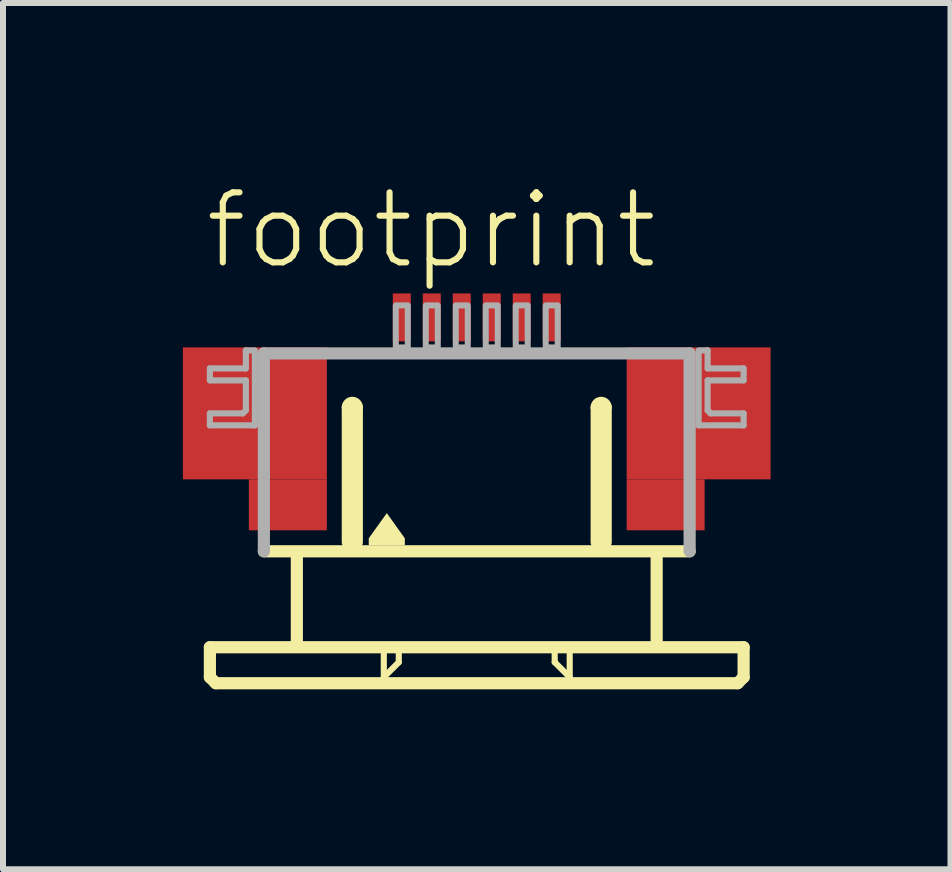
<source format=kicad_pcb>
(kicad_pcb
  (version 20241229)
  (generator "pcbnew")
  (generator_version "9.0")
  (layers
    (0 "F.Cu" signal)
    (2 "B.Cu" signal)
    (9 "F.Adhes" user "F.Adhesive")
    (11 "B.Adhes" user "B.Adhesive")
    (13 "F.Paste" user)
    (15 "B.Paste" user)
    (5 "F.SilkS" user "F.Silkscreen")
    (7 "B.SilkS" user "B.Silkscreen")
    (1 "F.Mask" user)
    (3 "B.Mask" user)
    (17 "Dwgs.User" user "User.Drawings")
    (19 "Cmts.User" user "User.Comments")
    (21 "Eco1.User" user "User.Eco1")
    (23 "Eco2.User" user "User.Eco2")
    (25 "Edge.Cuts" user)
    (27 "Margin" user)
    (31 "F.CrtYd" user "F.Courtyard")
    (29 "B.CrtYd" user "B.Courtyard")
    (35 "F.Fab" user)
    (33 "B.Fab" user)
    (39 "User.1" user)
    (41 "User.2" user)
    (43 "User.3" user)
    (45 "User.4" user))
  (footprint "footprint"
    (layer "F.Cu")
    (at 4.9 4.743)
    (property "Reference" "footprint" (at -4.58 -3.27 0) (layer "F.SilkS") (effects (font (size 1.168 1.168) (thickness 0.102)) (justify left bottom)))
    (fp_poly (pts (xy -4.9 0.2) (xy -2.5 0.2) (xy -2.5 -2) (xy -4.9 -2)) (stroke (width 0) (type solid)) (fill yes) (layer "F.Cu"))
    (fp_poly (pts (xy -3.8 1.05) (xy -2.5 1.05) (xy -2.5 0.2) (xy -3.8 0.2)) (stroke (width 0) (type solid)) (fill yes) (layer "F.Cu"))
    (fp_poly (pts (xy 2.5 0.2) (xy 4.9 0.2) (xy 4.9 -2) (xy 2.5 -2)) (stroke (width 0) (type solid)) (fill yes) (layer "F.Cu"))
    (fp_poly (pts (xy 2.5 1.05) (xy 3.8 1.05) (xy 3.8 0.2) (xy 2.5 0.2)) (stroke (width 0) (type solid)) (fill yes) (layer "F.Cu"))
    (fp_poly (pts (xy -4.9 0.2) (xy -3.75 0.2) (xy -3.75 -2) (xy -4.9 -2)) (stroke (width 0) (type solid)) (fill yes) (layer "F.Mask"))
    (fp_poly (pts (xy -3.8 1.05) (xy -2.5 1.05) (xy -2.5 -2) (xy -3.8 -2)) (stroke (width 0) (type solid)) (fill yes) (layer "F.Mask"))
    (fp_poly (pts (xy 3.8 -2) (xy 2.5 -2) (xy 2.5 1.05) (xy 3.8 1.05)) (stroke (width 0) (type solid)) (fill yes) (layer "F.Mask"))
    (fp_poly (pts (xy 4.9 -2) (xy 3.75 -2) (xy 3.75 0.2) (xy 4.9 0.2)) (stroke (width 0) (type solid)) (fill yes) (layer "F.Mask"))
    (fp_line (start -4.45 3) (end -4.45 3.5) (stroke (width 0.203) (type solid)) (layer "F.SilkS"))
    (fp_line (start -4.45 3.5) (end -4.35 3.6) (stroke (width 0.203) (type solid)) (layer "F.SilkS"))
    (fp_line (start -4.35 3.6) (end 4.35 3.6) (stroke (width 0.203) (type solid)) (layer "F.SilkS"))
    (fp_line (start -3 1.5) (end -3 2.9) (stroke (width 0.203) (type solid)) (layer "F.SilkS"))
    (fp_line (start -2.15 1.25) (end -2.15 -1) (stroke (width 0.203) (type solid)) (layer "F.SilkS"))
    (fp_line (start -2 -1) (end -2 1.25) (stroke (width 0.203) (type solid)) (layer "F.SilkS"))
    (fp_line (start -1.55 3.1) (end -1.55 3.5) (stroke (width 0.102) (type solid)) (layer "F.SilkS"))
    (fp_line (start -1.55 3.5) (end -1.3 3.25) (stroke (width 0.102) (type solid)) (layer "F.SilkS"))
    (fp_line (start -1.3 3.25) (end -1.3 3.1) (stroke (width 0.102) (type solid)) (layer "F.SilkS"))
    (fp_line (start 1.3 3.1) (end 1.3 3.25) (stroke (width 0.102) (type solid)) (layer "F.SilkS"))
    (fp_line (start 1.3 3.25) (end 1.55 3.5) (stroke (width 0.102) (type solid)) (layer "F.SilkS"))
    (fp_line (start 1.55 3.5) (end 1.55 3.1) (stroke (width 0.102) (type solid)) (layer "F.SilkS"))
    (fp_line (start 2 1.25) (end 2 -1) (stroke (width 0.203) (type solid)) (layer "F.SilkS"))
    (fp_line (start 2.15 -1) (end 2.15 1.25) (stroke (width 0.203) (type solid)) (layer "F.SilkS"))
    (fp_line (start 3 1.5) (end 3 2.9) (stroke (width 0.203) (type solid)) (layer "F.SilkS"))
    (fp_line (start 3.55 1.4) (end -3.55 1.4) (stroke (width 0.203) (type solid)) (layer "F.SilkS"))
    (fp_line (start 4.35 3.6) (end 4.45 3.5) (stroke (width 0.203) (type solid)) (layer "F.SilkS"))
    (fp_line (start 4.45 3) (end -4.45 3) (stroke (width 0.203) (type solid)) (layer "F.SilkS"))
    (fp_line (start 4.45 3.5) (end 4.45 3) (stroke (width 0.203) (type solid)) (layer "F.SilkS"))
    (fp_arc (start -2.15 -1) (mid -2.075 -1.075) (end -2 -1) (stroke (width 0.2032) (type solid)) (layer "F.SilkS"))
    (fp_arc (start 2 -1) (mid 2.075 -1.075) (end 2.15 -1) (stroke (width 0.2032) (type solid)) (layer "F.SilkS"))
    (fp_poly (pts (xy -1.199 1.184) (xy -1.199 1.301) (xy -1.801 1.301) (xy -1.801 1.184) (xy -1.5 0.763)) (stroke (width 0) (type solid)) (fill yes) (layer "F.SilkS"))
    (fp_poly (pts (xy -4.7 0.05) (xy -2.7 0.05) (xy -2.7 -1.85) (xy -4.7 -1.85)) (stroke (width 0) (type solid)) (fill yes) (layer "F.Paste"))
    (fp_poly (pts (xy 4.7 -1.85) (xy 2.7 -1.85) (xy 2.7 0.05) (xy 4.7 0.05)) (stroke (width 0) (type solid)) (fill yes) (layer "F.Paste"))
    (fp_line (start -4.45 -1.65) (end -4.45 -1.45) (stroke (width 0.102) (type solid)) (layer "F.Fab"))
    (fp_line (start -4.45 -1.45) (end -3.85 -1.45) (stroke (width 0.102) (type solid)) (layer "F.Fab"))
    (fp_line (start -4.45 -0.9) (end -4.45 -0.7) (stroke (width 0.102) (type solid)) (layer "F.Fab"))
    (fp_line (start -4.45 -0.7) (end -3.7 -0.7) (stroke (width 0.102) (type solid)) (layer "F.Fab"))
    (fp_line (start -3.9 -0.9) (end -4.45 -0.9) (stroke (width 0.102) (type solid)) (layer "F.Fab"))
    (fp_line (start -3.85 -1.95) (end -3.85 -1.65) (stroke (width 0.102) (type solid)) (layer "F.Fab"))
    (fp_line (start -3.85 -1.65) (end -4.45 -1.65) (stroke (width 0.102) (type solid)) (layer "F.Fab"))
    (fp_line (start -3.85 -1.45) (end -3.85 -0.95) (stroke (width 0.102) (type solid)) (layer "F.Fab"))
    (fp_line (start -3.85 -0.95) (end -3.9 -0.9) (stroke (width 0.102) (type solid)) (layer "F.Fab"))
    (fp_line (start -3.7 -1.95) (end -3.85 -1.95) (stroke (width 0.102) (type solid)) (layer "F.Fab"))
    (fp_line (start -3.7 -0.7) (end -3.7 -1.9) (stroke (width 0.102) (type solid)) (layer "F.Fab"))
    (fp_line (start -3.55 -1.9) (end 3.55 -1.9) (stroke (width 0.203) (type solid)) (layer "F.Fab"))
    (fp_line (start -3.55 1.4) (end -3.55 -1.9) (stroke (width 0.203) (type solid)) (layer "F.Fab"))
    (fp_line (start 3.55 -1.9) (end 3.55 1.4) (stroke (width 0.203) (type solid)) (layer "F.Fab"))
    (fp_line (start 3.7 -1.95) (end 3.85 -1.95) (stroke (width 0.102) (type solid)) (layer "F.Fab"))
    (fp_line (start 3.7 -0.7) (end 3.7 -1.9) (stroke (width 0.102) (type solid)) (layer "F.Fab"))
    (fp_line (start 3.85 -1.95) (end 3.85 -1.65) (stroke (width 0.102) (type solid)) (layer "F.Fab"))
    (fp_line (start 3.85 -1.65) (end 4.45 -1.65) (stroke (width 0.102) (type solid)) (layer "F.Fab"))
    (fp_line (start 3.85 -1.45) (end 3.85 -0.95) (stroke (width 0.102) (type solid)) (layer "F.Fab"))
    (fp_line (start 3.85 -0.95) (end 3.9 -0.9) (stroke (width 0.102) (type solid)) (layer "F.Fab"))
    (fp_line (start 3.9 -0.9) (end 4.45 -0.9) (stroke (width 0.102) (type solid)) (layer "F.Fab"))
    (fp_line (start 4.45 -1.65) (end 4.45 -1.45) (stroke (width 0.102) (type solid)) (layer "F.Fab"))
    (fp_line (start 4.45 -1.45) (end 3.85 -1.45) (stroke (width 0.102) (type solid)) (layer "F.Fab"))
    (fp_line (start 4.45 -0.9) (end 4.45 -0.7) (stroke (width 0.102) (type solid)) (layer "F.Fab"))
    (fp_line (start 4.45 -0.7) (end 3.7 -0.7) (stroke (width 0.102) (type solid)) (layer "F.Fab"))
    (fp_poly (pts (xy -1.35 -2) (xy -1.15 -2) (xy -1.15 -2.7) (xy -1.35 -2.7)) (stroke (width 0.1) (type solid)) (fill no) (layer "F.Fab"))
    (fp_poly (pts (xy -0.85 -2) (xy -0.65 -2) (xy -0.65 -2.7) (xy -0.85 -2.7)) (stroke (width 0.1) (type solid)) (fill no) (layer "F.Fab"))
    (fp_poly (pts (xy -0.35 -2) (xy -0.15 -2) (xy -0.15 -2.7) (xy -0.35 -2.7)) (stroke (width 0.1) (type solid)) (fill no) (layer "F.Fab"))
    (fp_poly (pts (xy 0.15 -2) (xy 0.35 -2) (xy 0.35 -2.7) (xy 0.15 -2.7)) (stroke (width 0.1) (type solid)) (fill no) (layer "F.Fab"))
    (fp_poly (pts (xy 0.65 -2) (xy 0.85 -2) (xy 0.85 -2.7) (xy 0.65 -2.7)) (stroke (width 0.1) (type solid)) (fill no) (layer "F.Fab"))
    (fp_poly (pts (xy 1.15 -2) (xy 1.35 -2) (xy 1.35 -2.7) (xy 1.15 -2.7)) (stroke (width 0.1) (type solid)) (fill no) (layer "F.Fab"))
    (pad "1" smd rect (at -1.25 -2.5) (size 0.3 0.8) (layers "F.Cu" "F.Mask" "F.Paste"))
    (pad "2" smd rect (at -0.75 -2.5) (size 0.3 0.8) (layers "F.Cu" "F.Mask" "F.Paste"))
    (pad "3" smd rect (at -0.25 -2.5) (size 0.3 0.8) (layers "F.Cu" "F.Mask" "F.Paste"))
    (pad "4" smd rect (at 0.25 -2.5) (size 0.3 0.8) (layers "F.Cu" "F.Mask" "F.Paste"))
    (pad "5" smd rect (at 0.75 -2.5) (size 0.3 0.8) (layers "F.Cu" "F.Mask" "F.Paste"))
    (pad "6" smd rect (at 1.25 -2.5) (size 0.3 0.8) (layers "F.Cu" "F.Mask" "F.Paste")))
  (gr_rect
    (start -3 -3)
    (end 12.8 11.445)
    (stroke (width 0.1) (type default))
    (fill no)
    (layer "Edge.Cuts")))
</source>
